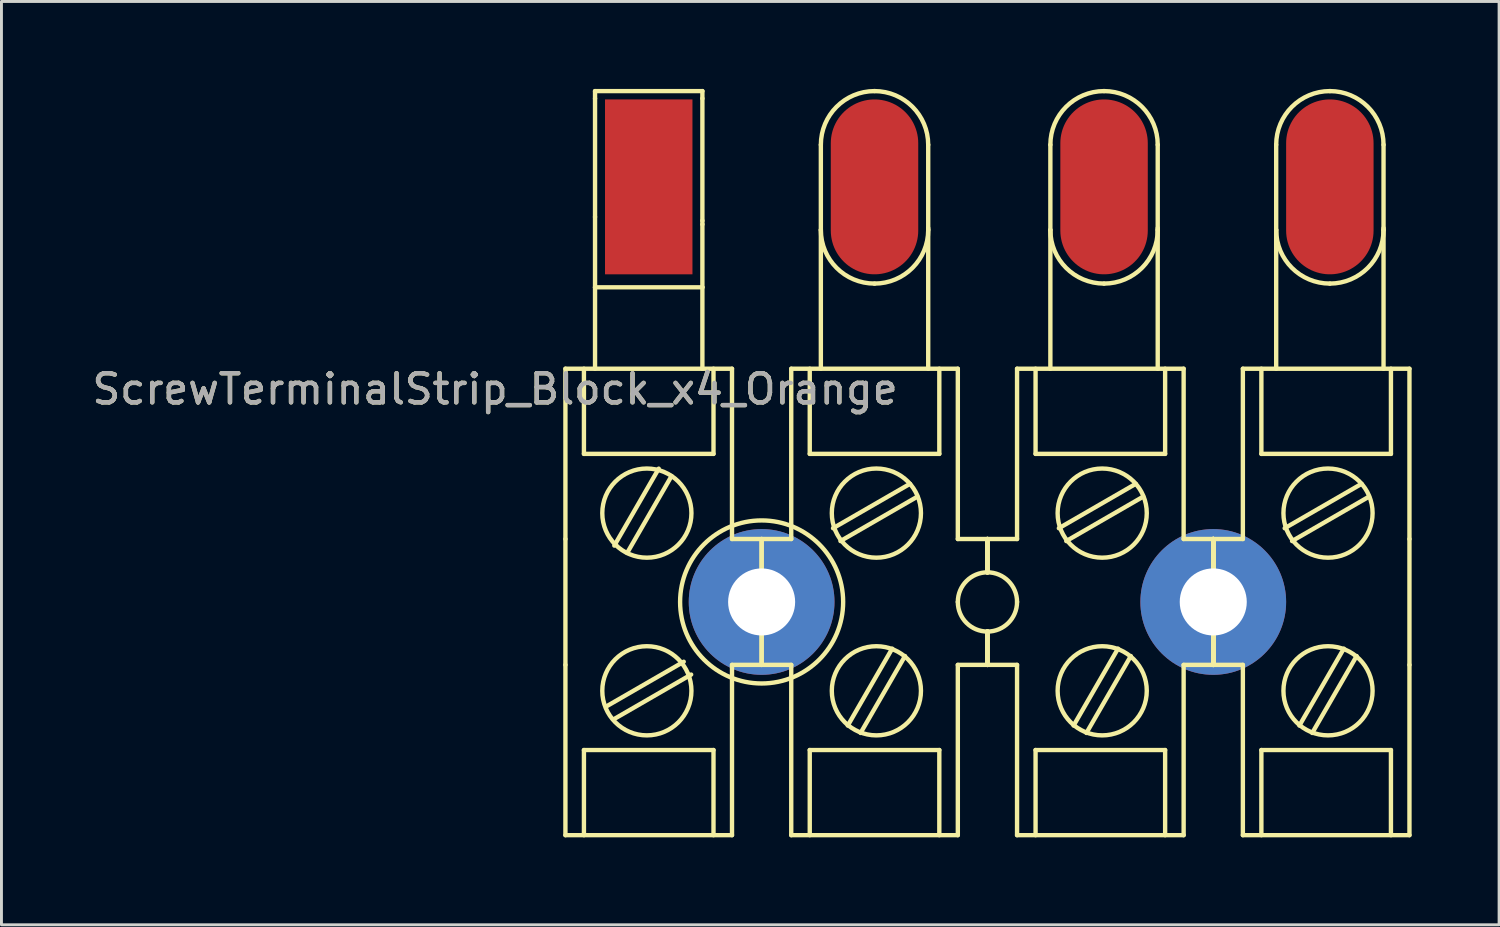
<source format=kicad_pcb>
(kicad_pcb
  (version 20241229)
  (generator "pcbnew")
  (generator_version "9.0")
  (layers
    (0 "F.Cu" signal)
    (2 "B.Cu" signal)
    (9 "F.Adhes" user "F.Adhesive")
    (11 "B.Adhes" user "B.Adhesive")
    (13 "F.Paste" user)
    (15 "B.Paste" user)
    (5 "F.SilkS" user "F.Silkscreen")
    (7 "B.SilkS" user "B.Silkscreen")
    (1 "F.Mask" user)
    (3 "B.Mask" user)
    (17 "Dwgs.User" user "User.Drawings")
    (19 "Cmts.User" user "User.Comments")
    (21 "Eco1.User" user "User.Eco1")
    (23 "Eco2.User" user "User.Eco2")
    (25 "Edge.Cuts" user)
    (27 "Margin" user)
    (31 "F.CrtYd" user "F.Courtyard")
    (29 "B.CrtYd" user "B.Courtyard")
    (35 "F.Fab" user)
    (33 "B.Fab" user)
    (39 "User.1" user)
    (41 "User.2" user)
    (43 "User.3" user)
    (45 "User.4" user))
  (footprint "ScrewTerminalStrip_Block_x4_Orange"
    (layer "F.Cu")
    (at 23.079 17.601)
    (property "Reference" "ScrewTerminalStrip_Block_x4_Orange" (at -9.144 -7.303 180) (layer "F.SilkS") (effects (font (size 1 1) (thickness 0.15))))
    (attr through_hole)
    (fp_line (start -6.731 -8.001) (end -1.016 -8.001) (stroke (width 0.15) (type solid)) (layer "F.SilkS"))
    (fp_line (start -6.731 -2.159) (end -6.731 -8.001) (stroke (width 0.15) (type solid)) (layer "F.SilkS"))
    (fp_line (start -6.731 -2.159) (end -6.731 2.159) (stroke (width 0.15) (type solid)) (layer "F.SilkS"))
    (fp_line (start -6.731 2.159) (end -6.731 8.001) (stroke (width 0.15) (type solid)) (layer "F.SilkS"))
    (fp_line (start -6.731 8.001) (end -1.016 8.001) (stroke (width 0.15) (type solid)) (layer "F.SilkS"))
    (fp_line (start -6.096 -8.001) (end -6.096 -5.08) (stroke (width 0.15) (type solid)) (layer "F.SilkS"))
    (fp_line (start -6.096 -5.08) (end -1.651 -5.08) (stroke (width 0.15) (type solid)) (layer "F.SilkS"))
    (fp_line (start -6.096 5.08) (end -6.096 8.001) (stroke (width 0.15) (type solid)) (layer "F.SilkS"))
    (fp_line (start -5.715 -17.526) (end -2.032 -17.526) (stroke (width 0.15) (type solid)) (layer "F.SilkS"))
    (fp_line (start -5.715 -17.272) (end -5.715 -17.526) (stroke (width 0.15) (type solid)) (layer "F.SilkS"))
    (fp_line (start -5.715 -17.272) (end -5.715 -13.208) (stroke (width 0.15) (type solid)) (layer "F.SilkS"))
    (fp_line (start -5.715 -10.795) (end -5.715 -13.208) (stroke (width 0.15) (type solid)) (layer "F.SilkS"))
    (fp_line (start -5.715 -10.795) (end -5.715 -8.001) (stroke (width 0.15) (type solid)) (layer "F.SilkS"))
    (fp_line (start -5.715 -10.795) (end -2.032 -10.795) (stroke (width 0.15) (type solid)) (layer "F.SilkS"))
    (fp_line (start -5.312 3.575) (end -2.672 2.051) (stroke (width 0.15) (type solid)) (layer "F.SilkS"))
    (fp_line (start -5.058 4.015) (end -2.418 2.491) (stroke (width 0.15) (type solid)) (layer "F.SilkS"))
    (fp_line (start -5.054 -1.933) (end -3.53 -4.573) (stroke (width 0.15) (type solid)) (layer "F.SilkS"))
    (fp_line (start -4.615 -1.679) (end -3.091 -4.319) (stroke (width 0.15) (type solid)) (layer "F.SilkS"))
    (fp_line (start -2.032 -17.526) (end -2.032 -17.272) (stroke (width 0.15) (type solid)) (layer "F.SilkS"))
    (fp_line (start -2.032 -17.272) (end -2.032 -13.081) (stroke (width 0.15) (type solid)) (layer "F.SilkS"))
    (fp_line (start -2.032 -13.081) (end -2.032 -12.954) (stroke (width 0.15) (type solid)) (layer "F.SilkS"))
    (fp_line (start -2.032 -12.954) (end -2.032 -10.795) (stroke (width 0.15) (type solid)) (layer "F.SilkS"))
    (fp_line (start -2.032 -10.795) (end -2.032 -8.001) (stroke (width 0.15) (type solid)) (layer "F.SilkS"))
    (fp_line (start -1.651 -5.08) (end -1.651 -8.001) (stroke (width 0.15) (type solid)) (layer "F.SilkS"))
    (fp_line (start -1.651 5.08) (end -6.096 5.08) (stroke (width 0.15) (type solid)) (layer "F.SilkS"))
    (fp_line (start -1.651 8.001) (end -1.651 5.08) (stroke (width 0.15) (type solid)) (layer "F.SilkS"))
    (fp_line (start -1.016 -2.159) (end -1.016 -8.001) (stroke (width 0.15) (type solid)) (layer "F.SilkS"))
    (fp_line (start -1.016 -2.159) (end 0 -2.159) (stroke (width 0.15) (type solid)) (layer "F.SilkS"))
    (fp_line (start -1.016 2.159) (end 0 2.159) (stroke (width 0.15) (type solid)) (layer "F.SilkS"))
    (fp_line (start -1.016 8.001) (end -1.016 2.159) (stroke (width 0.15) (type solid)) (layer "F.SilkS"))
    (fp_line (start 0 -2.159) (end 0 -1.016) (stroke (width 0.15) (type solid)) (layer "F.SilkS"))
    (fp_line (start 0 -2.159) (end 0 -1.016) (stroke (width 0.15) (type solid)) (layer "F.SilkS"))
    (fp_line (start 0 1.016) (end 0 2.159) (stroke (width 0.15) (type solid)) (layer "F.SilkS"))
    (fp_line (start 0 1.016) (end 0 2.159) (stroke (width 0.15) (type solid)) (layer "F.SilkS"))
    (fp_line (start 1.016 -8.001) (end 6.731 -8.001) (stroke (width 0.15) (type solid)) (layer "F.SilkS"))
    (fp_line (start 1.016 -2.159) (end 0 -2.159) (stroke (width 0.15) (type solid)) (layer "F.SilkS"))
    (fp_line (start 1.016 -2.159) (end 1.016 -8.001) (stroke (width 0.15) (type solid)) (layer "F.SilkS"))
    (fp_line (start 1.016 2.159) (end 0 2.159) (stroke (width 0.15) (type solid)) (layer "F.SilkS"))
    (fp_line (start 1.016 2.159) (end 1.016 8.001) (stroke (width 0.15) (type solid)) (layer "F.SilkS"))
    (fp_line (start 1.016 8.001) (end 6.731 8.001) (stroke (width 0.15) (type solid)) (layer "F.SilkS"))
    (fp_line (start 1.651 -8.001) (end 1.651 -5.08) (stroke (width 0.15) (type solid)) (layer "F.SilkS"))
    (fp_line (start 1.651 -5.08) (end 6.096 -5.08) (stroke (width 0.15) (type solid)) (layer "F.SilkS"))
    (fp_line (start 1.651 5.08) (end 1.651 8.001) (stroke (width 0.15) (type solid)) (layer "F.SilkS"))
    (fp_line (start 2.032 -15.684) (end 2.032 -12.764) (stroke (width 0.15) (type solid)) (layer "F.SilkS"))
    (fp_line (start 2.032 -12.764) (end 2.032 -8.001) (stroke (width 0.15) (type solid)) (layer "F.SilkS"))
    (fp_line (start 2.45 -2.529) (end 5.09 -4.053) (stroke (width 0.15) (type solid)) (layer "F.SilkS"))
    (fp_line (start 2.704 -2.089) (end 5.344 -3.613) (stroke (width 0.15) (type solid)) (layer "F.SilkS"))
    (fp_line (start 2.955 4.241) (end 4.479 1.601) (stroke (width 0.15) (type solid)) (layer "F.SilkS"))
    (fp_line (start 3.395 4.495) (end 4.919 1.855) (stroke (width 0.15) (type solid)) (layer "F.SilkS"))
    (fp_line (start 5.715 -15.684) (end 5.715 -12.764) (stroke (width 0.15) (type solid)) (layer "F.SilkS"))
    (fp_line (start 5.715 -12.827) (end 5.715 -8.001) (stroke (width 0.15) (type solid)) (layer "F.SilkS"))
    (fp_line (start 6.096 -5.08) (end 6.096 -8.001) (stroke (width 0.15) (type solid)) (layer "F.SilkS"))
    (fp_line (start 6.096 5.08) (end 1.651 5.08) (stroke (width 0.15) (type solid)) (layer "F.SilkS"))
    (fp_line (start 6.096 8.001) (end 6.096 5.08) (stroke (width 0.15) (type solid)) (layer "F.SilkS"))
    (fp_line (start 6.731 -2.159) (end 6.731 -8.001) (stroke (width 0.15) (type solid)) (layer "F.SilkS"))
    (fp_line (start 6.731 -2.159) (end 7.747 -2.159) (stroke (width 0.15) (type solid)) (layer "F.SilkS"))
    (fp_line (start 6.731 2.159) (end 7.747 2.159) (stroke (width 0.15) (type solid)) (layer "F.SilkS"))
    (fp_line (start 6.731 8.001) (end 6.731 2.159) (stroke (width 0.15) (type solid)) (layer "F.SilkS"))
    (fp_line (start 7.747 -2.159) (end 7.747 -1.016) (stroke (width 0.15) (type solid)) (layer "F.SilkS"))
    (fp_line (start 7.747 -2.159) (end 7.747 -1.016) (stroke (width 0.15) (type solid)) (layer "F.SilkS"))
    (fp_line (start 7.747 -2.159) (end 7.747 -1.016) (stroke (width 0.15) (type solid)) (layer "F.SilkS"))
    (fp_line (start 7.747 -2.159) (end 7.747 -1.016) (stroke (width 0.15) (type solid)) (layer "F.SilkS"))
    (fp_line (start 7.747 1.016) (end 7.747 2.159) (stroke (width 0.15) (type solid)) (layer "F.SilkS"))
    (fp_line (start 7.747 1.016) (end 7.747 2.159) (stroke (width 0.15) (type solid)) (layer "F.SilkS"))
    (fp_line (start 7.747 1.016) (end 7.747 2.159) (stroke (width 0.15) (type solid)) (layer "F.SilkS"))
    (fp_line (start 7.747 1.016) (end 7.747 2.159) (stroke (width 0.15) (type solid)) (layer "F.SilkS"))
    (fp_line (start 8.763 -8.001) (end 14.478 -8.001) (stroke (width 0.15) (type solid)) (layer "F.SilkS"))
    (fp_line (start 8.763 -2.159) (end 7.747 -2.159) (stroke (width 0.15) (type solid)) (layer "F.SilkS"))
    (fp_line (start 8.763 -2.159) (end 8.763 -8.001) (stroke (width 0.15) (type solid)) (layer "F.SilkS"))
    (fp_line (start 8.763 2.159) (end 7.747 2.159) (stroke (width 0.15) (type solid)) (layer "F.SilkS"))
    (fp_line (start 8.763 2.159) (end 8.763 8.001) (stroke (width 0.15) (type solid)) (layer "F.SilkS"))
    (fp_line (start 8.763 8.001) (end 14.478 8.001) (stroke (width 0.15) (type solid)) (layer "F.SilkS"))
    (fp_line (start 9.398 -8.001) (end 9.398 -5.08) (stroke (width 0.15) (type solid)) (layer "F.SilkS"))
    (fp_line (start 9.398 -5.08) (end 13.843 -5.08) (stroke (width 0.15) (type solid)) (layer "F.SilkS"))
    (fp_line (start 9.398 5.08) (end 9.398 8.001) (stroke (width 0.15) (type solid)) (layer "F.SilkS"))
    (fp_line (start 9.906 -15.684) (end 9.906 -12.764) (stroke (width 0.15) (type solid)) (layer "F.SilkS"))
    (fp_line (start 9.906 -12.764) (end 9.906 -8.001) (stroke (width 0.15) (type solid)) (layer "F.SilkS"))
    (fp_line (start 10.197 -2.529) (end 12.837 -4.053) (stroke (width 0.15) (type solid)) (layer "F.SilkS"))
    (fp_line (start 10.451 -2.089) (end 13.091 -3.613) (stroke (width 0.15) (type solid)) (layer "F.SilkS"))
    (fp_line (start 10.702 4.241) (end 12.226 1.601) (stroke (width 0.15) (type solid)) (layer "F.SilkS"))
    (fp_line (start 11.142 4.495) (end 12.666 1.855) (stroke (width 0.15) (type solid)) (layer "F.SilkS"))
    (fp_line (start 13.589 -15.684) (end 13.589 -12.764) (stroke (width 0.15) (type solid)) (layer "F.SilkS"))
    (fp_line (start 13.589 -12.827) (end 13.589 -8.001) (stroke (width 0.15) (type solid)) (layer "F.SilkS"))
    (fp_line (start 13.843 -5.08) (end 13.843 -8.001) (stroke (width 0.15) (type solid)) (layer "F.SilkS"))
    (fp_line (start 13.843 5.08) (end 9.398 5.08) (stroke (width 0.15) (type solid)) (layer "F.SilkS"))
    (fp_line (start 13.843 8.001) (end 13.843 5.08) (stroke (width 0.15) (type solid)) (layer "F.SilkS"))
    (fp_line (start 14.478 -2.159) (end 14.478 -8.001) (stroke (width 0.15) (type solid)) (layer "F.SilkS"))
    (fp_line (start 14.478 -2.159) (end 15.494 -2.159) (stroke (width 0.15) (type solid)) (layer "F.SilkS"))
    (fp_line (start 14.478 2.159) (end 15.494 2.159) (stroke (width 0.15) (type solid)) (layer "F.SilkS"))
    (fp_line (start 14.478 8.001) (end 14.478 2.159) (stroke (width 0.15) (type solid)) (layer "F.SilkS"))
    (fp_line (start 15.494 -2.159) (end 15.494 -1.016) (stroke (width 0.15) (type solid)) (layer "F.SilkS"))
    (fp_line (start 15.494 -2.159) (end 15.494 -1.016) (stroke (width 0.15) (type solid)) (layer "F.SilkS"))
    (fp_line (start 15.494 -2.159) (end 15.494 -1.016) (stroke (width 0.15) (type solid)) (layer "F.SilkS"))
    (fp_line (start 15.494 -2.159) (end 15.494 -1.016) (stroke (width 0.15) (type solid)) (layer "F.SilkS"))
    (fp_line (start 15.494 -2.159) (end 15.494 -1.016) (stroke (width 0.15) (type solid)) (layer "F.SilkS"))
    (fp_line (start 15.494 -2.159) (end 15.494 -1.016) (stroke (width 0.15) (type solid)) (layer "F.SilkS"))
    (fp_line (start 15.494 -2.159) (end 15.494 -1.016) (stroke (width 0.15) (type solid)) (layer "F.SilkS"))
    (fp_line (start 15.494 -2.159) (end 15.494 -1.016) (stroke (width 0.15) (type solid)) (layer "F.SilkS"))
    (fp_line (start 15.494 1.016) (end 15.494 2.159) (stroke (width 0.15) (type solid)) (layer "F.SilkS"))
    (fp_line (start 15.494 1.016) (end 15.494 2.159) (stroke (width 0.15) (type solid)) (layer "F.SilkS"))
    (fp_line (start 15.494 1.016) (end 15.494 2.159) (stroke (width 0.15) (type solid)) (layer "F.SilkS"))
    (fp_line (start 15.494 1.016) (end 15.494 2.159) (stroke (width 0.15) (type solid)) (layer "F.SilkS"))
    (fp_line (start 15.494 1.016) (end 15.494 2.159) (stroke (width 0.15) (type solid)) (layer "F.SilkS"))
    (fp_line (start 15.494 1.016) (end 15.494 2.159) (stroke (width 0.15) (type solid)) (layer "F.SilkS"))
    (fp_line (start 15.494 1.016) (end 15.494 2.159) (stroke (width 0.15) (type solid)) (layer "F.SilkS"))
    (fp_line (start 15.494 1.016) (end 15.494 2.159) (stroke (width 0.15) (type solid)) (layer "F.SilkS"))
    (fp_line (start 16.51 -8.001) (end 22.225 -8.001) (stroke (width 0.15) (type solid)) (layer "F.SilkS"))
    (fp_line (start 16.51 -2.159) (end 15.494 -2.159) (stroke (width 0.15) (type solid)) (layer "F.SilkS"))
    (fp_line (start 16.51 -2.159) (end 16.51 -8.001) (stroke (width 0.15) (type solid)) (layer "F.SilkS"))
    (fp_line (start 16.51 2.159) (end 15.494 2.159) (stroke (width 0.15) (type solid)) (layer "F.SilkS"))
    (fp_line (start 16.51 2.159) (end 16.51 8.001) (stroke (width 0.15) (type solid)) (layer "F.SilkS"))
    (fp_line (start 16.51 8.001) (end 22.225 8.001) (stroke (width 0.15) (type solid)) (layer "F.SilkS"))
    (fp_line (start 17.145 -8.001) (end 17.145 -5.08) (stroke (width 0.15) (type solid)) (layer "F.SilkS"))
    (fp_line (start 17.145 -5.08) (end 21.59 -5.08) (stroke (width 0.15) (type solid)) (layer "F.SilkS"))
    (fp_line (start 17.145 5.08) (end 17.145 8.001) (stroke (width 0.15) (type solid)) (layer "F.SilkS"))
    (fp_line (start 17.653 -15.684) (end 17.653 -12.764) (stroke (width 0.15) (type solid)) (layer "F.SilkS"))
    (fp_line (start 17.653 -12.764) (end 17.653 -8.001) (stroke (width 0.15) (type solid)) (layer "F.SilkS"))
    (fp_line (start 17.944 -2.529) (end 20.584 -4.053) (stroke (width 0.15) (type solid)) (layer "F.SilkS"))
    (fp_line (start 18.198 -2.089) (end 20.838 -3.613) (stroke (width 0.15) (type solid)) (layer "F.SilkS"))
    (fp_line (start 18.449 4.241) (end 19.973 1.601) (stroke (width 0.15) (type solid)) (layer "F.SilkS"))
    (fp_line (start 18.889 4.495) (end 20.413 1.855) (stroke (width 0.15) (type solid)) (layer "F.SilkS"))
    (fp_line (start 21.336 -15.684) (end 21.336 -12.764) (stroke (width 0.15) (type solid)) (layer "F.SilkS"))
    (fp_line (start 21.336 -12.827) (end 21.336 -8.001) (stroke (width 0.15) (type solid)) (layer "F.SilkS"))
    (fp_line (start 21.59 -5.08) (end 21.59 -8.001) (stroke (width 0.15) (type solid)) (layer "F.SilkS"))
    (fp_line (start 21.59 5.08) (end 17.145 5.08) (stroke (width 0.15) (type solid)) (layer "F.SilkS"))
    (fp_line (start 21.59 8.001) (end 21.59 5.08) (stroke (width 0.15) (type solid)) (layer "F.SilkS"))
    (fp_line (start 22.225 -2.159) (end 22.225 -8.001) (stroke (width 0.15) (type solid)) (layer "F.SilkS"))
    (fp_line (start 22.225 -2.159) (end 22.225 2.159) (stroke (width 0.15) (type solid)) (layer "F.SilkS"))
    (fp_line (start 22.225 8.001) (end 22.225 2.159) (stroke (width 0.15) (type solid)) (layer "F.SilkS"))
    (fp_arc (start -1.016 0) (mid -0.71842 -0.71842) (end 0 -1.016) (stroke (width 0.15) (type solid)) (layer "F.SilkS"))
    (fp_arc (start 0 -1.016) (mid 0.71842 -0.71842) (end 1.016 0) (stroke (width 0.15) (type solid)) (layer "F.SilkS"))
    (fp_arc (start 0 1.016) (mid -0.71842 0.71842) (end -1.016 0) (stroke (width 0.15) (type solid)) (layer "F.SilkS"))
    (fp_arc (start 1.016 0) (mid 0.71842 0.71842) (end 0 1.016) (stroke (width 0.15) (type solid)) (layer "F.SilkS"))
    (fp_arc (start 2.032 -15.6845) (mid 2.571363 -16.986637) (end 3.8735 -17.526) (stroke (width 0.15) (type solid)) (layer "F.SilkS"))
    (fp_arc (start 3.8735 -17.526) (mid 5.175637 -16.986637) (end 5.715 -15.6845) (stroke (width 0.15) (type solid)) (layer "F.SilkS"))
    (fp_arc (start 3.8735 -10.922) (mid 2.571363 -11.461363) (end 2.032 -12.7635) (stroke (width 0.15) (type solid)) (layer "F.SilkS"))
    (fp_arc (start 5.715 -12.7635) (mid 5.175637 -11.461363) (end 3.8735 -10.922) (stroke (width 0.15) (type solid)) (layer "F.SilkS"))
    (fp_arc (start 6.731 0) (mid 7.02858 -0.71842) (end 7.747 -1.016) (stroke (width 0.15) (type solid)) (layer "F.SilkS"))
    (fp_arc (start 7.747 -1.016) (mid 8.46542 -0.71842) (end 8.763 0) (stroke (width 0.15) (type solid)) (layer "F.SilkS"))
    (fp_arc (start 7.747 1.016) (mid 7.02858 0.71842) (end 6.731 0) (stroke (width 0.15) (type solid)) (layer "F.SilkS"))
    (fp_arc (start 8.763 0) (mid 8.46542 0.71842) (end 7.747 1.016) (stroke (width 0.15) (type solid)) (layer "F.SilkS"))
    (fp_arc (start 9.906 -15.6845) (mid 10.445363 -16.986637) (end 11.7475 -17.526) (stroke (width 0.15) (type solid)) (layer "F.SilkS"))
    (fp_arc (start 11.7475 -17.526) (mid 13.049637 -16.986637) (end 13.589 -15.6845) (stroke (width 0.15) (type solid)) (layer "F.SilkS"))
    (fp_arc (start 11.7475 -10.922) (mid 10.445363 -11.461363) (end 9.906 -12.7635) (stroke (width 0.15) (type solid)) (layer "F.SilkS"))
    (fp_arc (start 13.589 -12.7635) (mid 13.049637 -11.461363) (end 11.7475 -10.922) (stroke (width 0.15) (type solid)) (layer "F.SilkS"))
    (fp_arc (start 14.478 0) (mid 14.77558 -0.71842) (end 15.494 -1.016) (stroke (width 0.15) (type solid)) (layer "F.SilkS"))
    (fp_arc (start 15.494 -1.016) (mid 16.21242 -0.71842) (end 16.51 0) (stroke (width 0.15) (type solid)) (layer "F.SilkS"))
    (fp_arc (start 15.494 1.016) (mid 14.77558 0.71842) (end 14.478 0) (stroke (width 0.15) (type solid)) (layer "F.SilkS"))
    (fp_arc (start 16.51 0) (mid 16.21242 0.71842) (end 15.494 1.016) (stroke (width 0.15) (type solid)) (layer "F.SilkS"))
    (fp_arc (start 17.653 -15.6845) (mid 18.192363 -16.986637) (end 19.4945 -17.526) (stroke (width 0.15) (type solid)) (layer "F.SilkS"))
    (fp_arc (start 19.4945 -17.526) (mid 20.796637 -16.986637) (end 21.336 -15.6845) (stroke (width 0.15) (type solid)) (layer "F.SilkS"))
    (fp_arc (start 19.4945 -10.922) (mid 18.192363 -11.461363) (end 17.653 -12.7635) (stroke (width 0.15) (type solid)) (layer "F.SilkS"))
    (fp_arc (start 21.336 -12.7635) (mid 20.796637 -11.461363) (end 19.4945 -10.922) (stroke (width 0.15) (type solid)) (layer "F.SilkS"))
    (fp_circle (center -3.937 -3.048) (end -2.413 -3.175) (stroke (width 0.15) (type solid)) (fill no) (layer "F.SilkS"))
    (fp_circle (center -3.937 3.048) (end -2.413 2.921) (stroke (width 0.15) (type solid)) (fill no) (layer "F.SilkS"))
    (fp_circle (center 0 0) (end 2.794 -0.127) (stroke (width 0.15) (type solid)) (fill no) (layer "F.SilkS"))
    (fp_circle (center 3.937 -3.048) (end 5.461 -3.175) (stroke (width 0.15) (type solid)) (fill no) (layer "F.SilkS"))
    (fp_circle (center 3.937 3.048) (end 5.461 2.921) (stroke (width 0.15) (type solid)) (fill no) (layer "F.SilkS"))
    (fp_circle (center 11.684 -3.048) (end 13.208 -3.175) (stroke (width 0.15) (type solid)) (fill no) (layer "F.SilkS"))
    (fp_circle (center 11.684 3.048) (end 13.208 2.921) (stroke (width 0.15) (type solid)) (fill no) (layer "F.SilkS"))
    (fp_circle (center 19.431 -3.048) (end 20.955 -3.175) (stroke (width 0.15) (type solid)) (fill no) (layer "F.SilkS"))
    (fp_circle (center 19.431 3.048) (end 20.955 2.921) (stroke (width 0.15) (type solid)) (fill no) (layer "F.SilkS"))
    (fp_text user "${REFERENCE}" (at -9.144 -7.303 0) (layer "F.Fab") (effects (font (size 1 1) (thickness 0.15))))
    (pad "1" smd rect (at -3.873 -14.24) (size 3 6) (layers "F.Cu" "F.Mask" "F.Paste"))
    (pad "2" smd oval (at 3.873 -14.24) (size 3 6) (layers "F.Cu" "F.Mask" "F.Paste"))
    (pad "3" smd oval (at 11.748 -14.24) (size 3 6) (layers "F.Cu" "F.Mask" "F.Paste"))
    (pad "4" smd oval (at 19.494 -14.24) (size 3 6) (layers "F.Cu" "F.Mask" "F.Paste"))
    (pad "101" thru_hole circle (at 0 0) (size 5 5) (drill 2.3) (layers "*.Cu" "*.Mask"))
    (pad "101" thru_hole circle (at 15.494 0) (size 5 5) (drill 2.3) (layers "*.Cu" "*.Mask"))
    (pad "102" thru_hole circle (at 0 0) (size 1 1) (drill 0.3) (layers "*.Cu" "*.Mask"))
    (pad "102" thru_hole circle (at 15.494 0) (size 1 1) (drill 0.3) (layers "*.Cu" "*.Mask")))
  (gr_rect
    (start -3 -3)
    (end 48.379 28.677)
    (stroke (width 0.1) (type default))
    (fill no)
    (layer "Edge.Cuts")))
</source>
